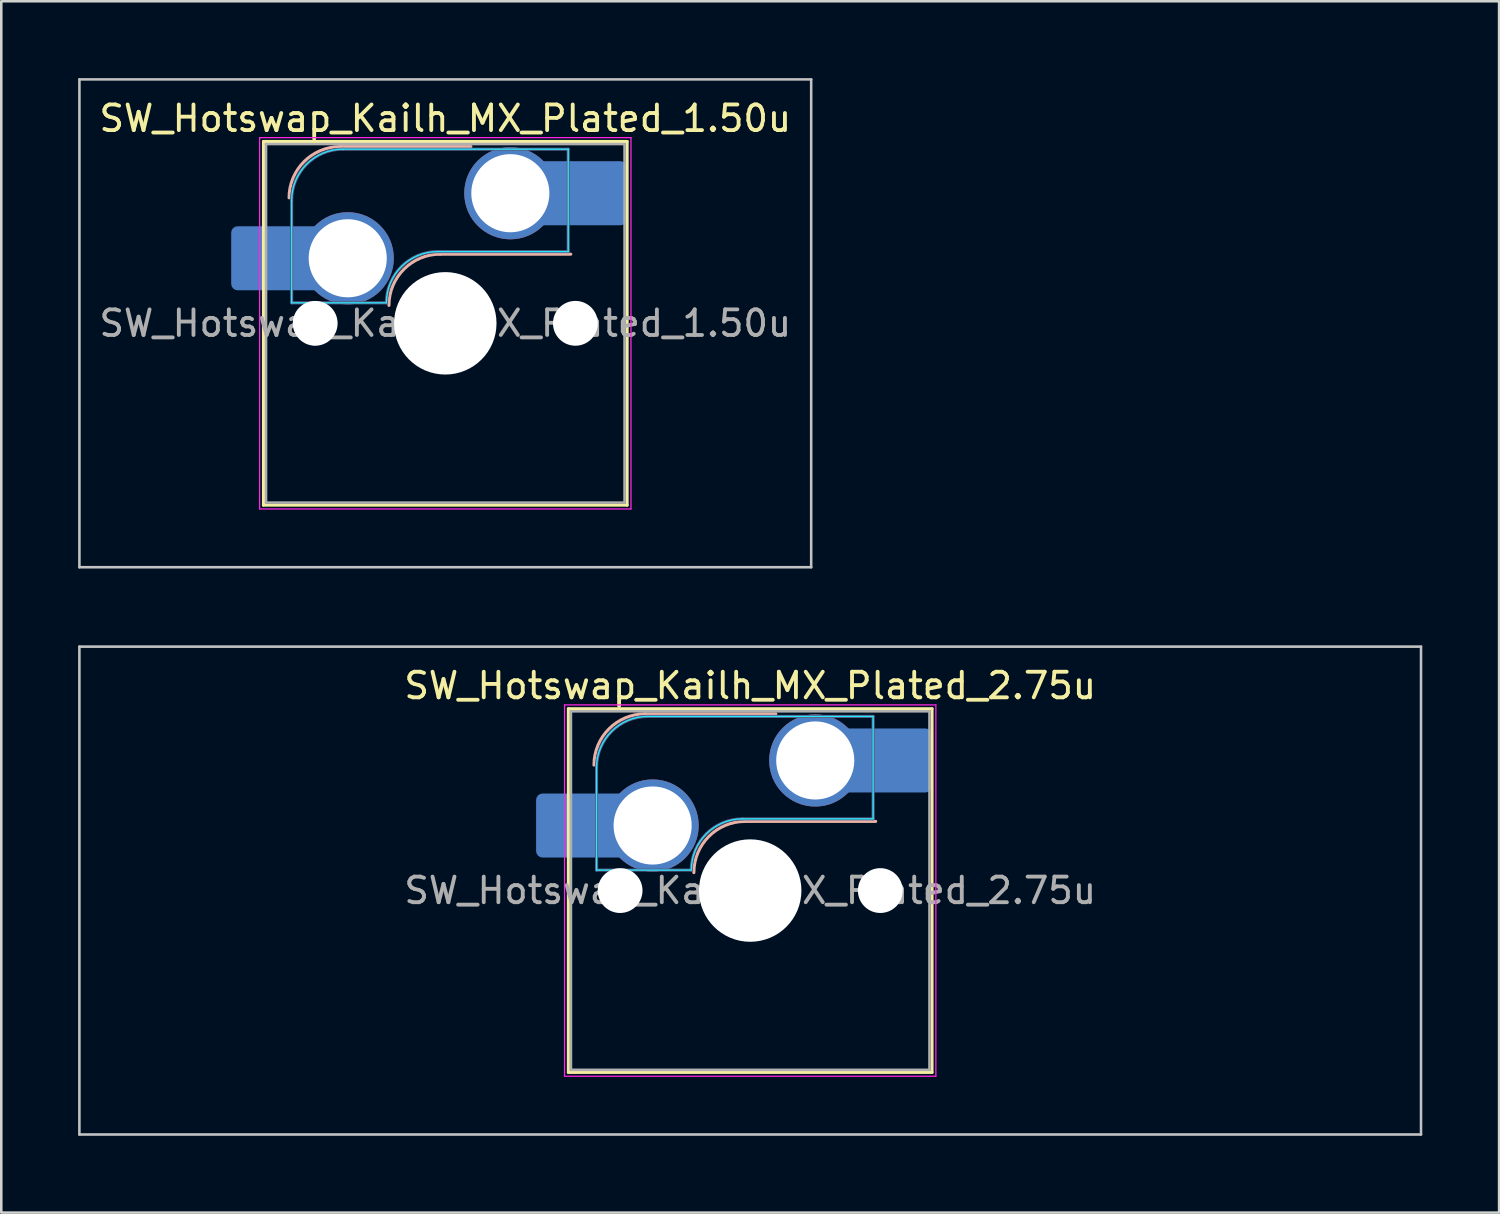
<source format=kicad_pcb>
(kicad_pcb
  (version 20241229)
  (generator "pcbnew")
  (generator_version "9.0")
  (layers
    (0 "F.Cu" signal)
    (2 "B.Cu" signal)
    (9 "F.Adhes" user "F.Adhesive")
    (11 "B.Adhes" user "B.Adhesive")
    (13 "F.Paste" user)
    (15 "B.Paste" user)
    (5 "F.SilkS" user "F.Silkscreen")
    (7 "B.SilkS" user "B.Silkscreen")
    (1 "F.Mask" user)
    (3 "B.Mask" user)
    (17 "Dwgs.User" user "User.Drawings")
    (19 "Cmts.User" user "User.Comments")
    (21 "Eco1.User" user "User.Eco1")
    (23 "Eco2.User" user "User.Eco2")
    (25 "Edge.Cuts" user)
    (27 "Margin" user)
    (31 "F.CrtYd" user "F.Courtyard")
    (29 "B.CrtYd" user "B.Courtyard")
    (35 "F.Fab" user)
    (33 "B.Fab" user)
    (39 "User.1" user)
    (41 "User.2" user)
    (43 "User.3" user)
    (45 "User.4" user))
  (footprint "SW_Hotswap_Kailh_MX_Plated_2.75u"
    (layer "F.Cu")
    (at 26.244 31.725)
    (property "Reference" "SW_Hotswap_Kailh_MX_Plated_2.75u" (at 0 -8 0) (layer "F.SilkS") (effects (font (size 1 1) (thickness 0.15))))
    (attr smd)
    (fp_line (start -7.1 -7.1) (end -7.1 7.1) (stroke (width 0.12) (type solid)) (layer "F.SilkS"))
    (fp_line (start -7.1 7.1) (end 7.1 7.1) (stroke (width 0.12) (type solid)) (layer "F.SilkS"))
    (fp_line (start 7.1 -7.1) (end -7.1 -7.1) (stroke (width 0.12) (type solid)) (layer "F.SilkS"))
    (fp_line (start 7.1 7.1) (end 7.1 -7.1) (stroke (width 0.12) (type solid)) (layer "F.SilkS"))
    (fp_line (start -4.1 -6.9) (end 1 -6.9) (stroke (width 0.12) (type solid)) (layer "B.SilkS"))
    (fp_line (start -0.2 -2.7) (end 4.9 -2.7) (stroke (width 0.12) (type solid)) (layer "B.SilkS"))
    (fp_arc (start -6.1 -4.9) (mid -5.514214 -6.314214) (end -4.1 -6.9) (stroke (width 0.12) (type solid)) (layer "B.SilkS"))
    (fp_arc (start -2.2 -0.7) (mid -1.614214 -2.114214) (end -0.2 -2.7) (stroke (width 0.12) (type solid)) (layer "B.SilkS"))
    (fp_line (start -26.194 -9.525) (end -26.194 9.525) (stroke (width 0.1) (type solid)) (layer "Dwgs.User"))
    (fp_line (start -26.194 9.525) (end 26.194 9.525) (stroke (width 0.1) (type solid)) (layer "Dwgs.User"))
    (fp_line (start 26.194 -9.525) (end -26.194 -9.525) (stroke (width 0.1) (type solid)) (layer "Dwgs.User"))
    (fp_line (start 26.194 9.525) (end 26.194 -9.525) (stroke (width 0.1) (type solid)) (layer "Dwgs.User"))
    (fp_line (start -7.8 -6) (end -7 -6) (stroke (width 0.1) (type solid)) (layer "Eco1.User"))
    (fp_line (start -7.8 -2.9) (end -7.8 -6) (stroke (width 0.1) (type solid)) (layer "Eco1.User"))
    (fp_line (start -7.8 2.9) (end -7 2.9) (stroke (width 0.1) (type solid)) (layer "Eco1.User"))
    (fp_line (start -7.8 6) (end -7.8 2.9) (stroke (width 0.1) (type solid)) (layer "Eco1.User"))
    (fp_line (start -7 -7) (end 7 -7) (stroke (width 0.1) (type solid)) (layer "Eco1.User"))
    (fp_line (start -7 -6) (end -7 -7) (stroke (width 0.1) (type solid)) (layer "Eco1.User"))
    (fp_line (start -7 -2.9) (end -7.8 -2.9) (stroke (width 0.1) (type solid)) (layer "Eco1.User"))
    (fp_line (start -7 2.9) (end -7 -2.9) (stroke (width 0.1) (type solid)) (layer "Eco1.User"))
    (fp_line (start -7 6) (end -7.8 6) (stroke (width 0.1) (type solid)) (layer "Eco1.User"))
    (fp_line (start -7 7) (end -7 6) (stroke (width 0.1) (type solid)) (layer "Eco1.User"))
    (fp_line (start 7 -7) (end 7 -6) (stroke (width 0.1) (type solid)) (layer "Eco1.User"))
    (fp_line (start 7 -6) (end 7.8 -6) (stroke (width 0.1) (type solid)) (layer "Eco1.User"))
    (fp_line (start 7 -2.9) (end 7 2.9) (stroke (width 0.1) (type solid)) (layer "Eco1.User"))
    (fp_line (start 7 2.9) (end 7.8 2.9) (stroke (width 0.1) (type solid)) (layer "Eco1.User"))
    (fp_line (start 7 6) (end 7 7) (stroke (width 0.1) (type solid)) (layer "Eco1.User"))
    (fp_line (start 7 7) (end -7 7) (stroke (width 0.1) (type solid)) (layer "Eco1.User"))
    (fp_line (start 7.8 -6) (end 7.8 -2.9) (stroke (width 0.1) (type solid)) (layer "Eco1.User"))
    (fp_line (start 7.8 -2.9) (end 7 -2.9) (stroke (width 0.1) (type solid)) (layer "Eco1.User"))
    (fp_line (start 7.8 2.9) (end 7.8 6) (stroke (width 0.1) (type solid)) (layer "Eco1.User"))
    (fp_line (start 7.8 6) (end 7 6) (stroke (width 0.1) (type solid)) (layer "Eco1.User"))
    (fp_line (start -6 -0.8) (end -6 -4.8) (stroke (width 0.05) (type solid)) (layer "B.CrtYd"))
    (fp_line (start -6 -0.8) (end -2.3 -0.8) (stroke (width 0.05) (type solid)) (layer "B.CrtYd"))
    (fp_line (start -4 -6.8) (end 4.8 -6.8) (stroke (width 0.05) (type solid)) (layer "B.CrtYd"))
    (fp_line (start -0.3 -2.8) (end 4.8 -2.8) (stroke (width 0.05) (type solid)) (layer "B.CrtYd"))
    (fp_line (start 4.8 -6.8) (end 4.8 -2.8) (stroke (width 0.05) (type solid)) (layer "B.CrtYd"))
    (fp_arc (start -6 -4.8) (mid -5.414214 -6.214214) (end -4 -6.8) (stroke (width 0.05) (type solid)) (layer "B.CrtYd"))
    (fp_arc (start -2.3 -0.8) (mid -1.714214 -2.214214) (end -0.3 -2.8) (stroke (width 0.05) (type solid)) (layer "B.CrtYd"))
    (fp_line (start -7.25 -7.25) (end -7.25 7.25) (stroke (width 0.05) (type solid)) (layer "F.CrtYd"))
    (fp_line (start -7.25 7.25) (end 7.25 7.25) (stroke (width 0.05) (type solid)) (layer "F.CrtYd"))
    (fp_line (start 7.25 -7.25) (end -7.25 -7.25) (stroke (width 0.05) (type solid)) (layer "F.CrtYd"))
    (fp_line (start 7.25 7.25) (end 7.25 -7.25) (stroke (width 0.05) (type solid)) (layer "F.CrtYd"))
    (fp_line (start -6 -0.8) (end -6 -4.8) (stroke (width 0.12) (type solid)) (layer "B.Fab"))
    (fp_line (start -6 -0.8) (end -2.3 -0.8) (stroke (width 0.12) (type solid)) (layer "B.Fab"))
    (fp_line (start -4 -6.8) (end 4.8 -6.8) (stroke (width 0.12) (type solid)) (layer "B.Fab"))
    (fp_line (start -0.3 -2.8) (end 4.8 -2.8) (stroke (width 0.12) (type solid)) (layer "B.Fab"))
    (fp_line (start 4.8 -6.8) (end 4.8 -2.8) (stroke (width 0.12) (type solid)) (layer "B.Fab"))
    (fp_arc (start -6 -4.8) (mid -5.414214 -6.214214) (end -4 -6.8) (stroke (width 0.12) (type solid)) (layer "B.Fab"))
    (fp_arc (start -2.3 -0.8) (mid -1.714214 -2.214214) (end -0.3 -2.8) (stroke (width 0.12) (type solid)) (layer "B.Fab"))
    (fp_line (start -7 -7) (end -7 7) (stroke (width 0.1) (type solid)) (layer "F.Fab"))
    (fp_line (start -7 7) (end 7 7) (stroke (width 0.1) (type solid)) (layer "F.Fab"))
    (fp_line (start 7 -7) (end -7 -7) (stroke (width 0.1) (type solid)) (layer "F.Fab"))
    (fp_line (start 7 7) (end 7 -7) (stroke (width 0.1) (type solid)) (layer "F.Fab"))
    (fp_text user "${REFERENCE}" (at 0 0 0) (layer "F.Fab") (effects (font (size 1 1) (thickness 0.15))))
    (pad "" smd roundrect (at -7.085 -2.54) (size 2.55 2.5) (layers "B.Mask" "B.Paste") (roundrect_rratio 0.1))
    (pad "" np_thru_hole circle (at -5.08 0) (size 1.75 1.75) (drill 1.75) (layers "*.Cu" "*.Mask"))
    (pad "" np_thru_hole circle (at 0 0) (size 4 4) (drill 4) (layers "*.Cu" "*.Mask"))
    (pad "" np_thru_hole circle (at 5.08 0) (size 1.75 1.75) (drill 1.75) (layers "*.Cu" "*.Mask"))
    (pad "" smd roundrect (at 5.842 -5.08) (size 2.55 2.5) (layers "B.Mask" "B.Paste") (roundrect_rratio 0.1))
    (pad "1" smd roundrect (at -6.585 -2.54) (size 3.55 2.5) (layers "B.Cu") (roundrect_rratio 0.1))
    (pad "1" thru_hole circle (at -3.81 -2.54) (size 3.6 3.6) (drill 3.05) (layers "*.Cu" "*.Mask"))
    (pad "2" thru_hole circle (at 2.54 -5.08) (size 3.6 3.6) (drill 3.05) (layers "*.Cu" "*.Mask"))
    (pad "2" smd roundrect (at 5.32 -5.08) (size 3.55 2.5) (layers "B.Cu") (roundrect_rratio 0.1)))
  (footprint "SW_Hotswap_Kailh_MX_Plated_1.50u"
    (layer "F.Cu")
    (at 14.338 9.575)
    (property "Reference" "SW_Hotswap_Kailh_MX_Plated_1.50u" (at 0 -8 0) (layer "F.SilkS") (effects (font (size 1 1) (thickness 0.15))))
    (attr smd)
    (fp_line (start -7.1 -7.1) (end -7.1 7.1) (stroke (width 0.12) (type solid)) (layer "F.SilkS"))
    (fp_line (start -7.1 7.1) (end 7.1 7.1) (stroke (width 0.12) (type solid)) (layer "F.SilkS"))
    (fp_line (start 7.1 -7.1) (end -7.1 -7.1) (stroke (width 0.12) (type solid)) (layer "F.SilkS"))
    (fp_line (start 7.1 7.1) (end 7.1 -7.1) (stroke (width 0.12) (type solid)) (layer "F.SilkS"))
    (fp_line (start -4.1 -6.9) (end 1 -6.9) (stroke (width 0.12) (type solid)) (layer "B.SilkS"))
    (fp_line (start -0.2 -2.7) (end 4.9 -2.7) (stroke (width 0.12) (type solid)) (layer "B.SilkS"))
    (fp_arc (start -6.1 -4.9) (mid -5.514214 -6.314214) (end -4.1 -6.9) (stroke (width 0.12) (type solid)) (layer "B.SilkS"))
    (fp_arc (start -2.2 -0.7) (mid -1.614214 -2.114214) (end -0.2 -2.7) (stroke (width 0.12) (type solid)) (layer "B.SilkS"))
    (fp_line (start -14.287 -9.525) (end -14.287 9.525) (stroke (width 0.1) (type solid)) (layer "Dwgs.User"))
    (fp_line (start -14.287 9.525) (end 14.287 9.525) (stroke (width 0.1) (type solid)) (layer "Dwgs.User"))
    (fp_line (start 14.287 -9.525) (end -14.287 -9.525) (stroke (width 0.1) (type solid)) (layer "Dwgs.User"))
    (fp_line (start 14.287 9.525) (end 14.287 -9.525) (stroke (width 0.1) (type solid)) (layer "Dwgs.User"))
    (fp_line (start -7.8 -6) (end -7 -6) (stroke (width 0.1) (type solid)) (layer "Eco1.User"))
    (fp_line (start -7.8 -2.9) (end -7.8 -6) (stroke (width 0.1) (type solid)) (layer "Eco1.User"))
    (fp_line (start -7.8 2.9) (end -7 2.9) (stroke (width 0.1) (type solid)) (layer "Eco1.User"))
    (fp_line (start -7.8 6) (end -7.8 2.9) (stroke (width 0.1) (type solid)) (layer "Eco1.User"))
    (fp_line (start -7 -7) (end 7 -7) (stroke (width 0.1) (type solid)) (layer "Eco1.User"))
    (fp_line (start -7 -6) (end -7 -7) (stroke (width 0.1) (type solid)) (layer "Eco1.User"))
    (fp_line (start -7 -2.9) (end -7.8 -2.9) (stroke (width 0.1) (type solid)) (layer "Eco1.User"))
    (fp_line (start -7 2.9) (end -7 -2.9) (stroke (width 0.1) (type solid)) (layer "Eco1.User"))
    (fp_line (start -7 6) (end -7.8 6) (stroke (width 0.1) (type solid)) (layer "Eco1.User"))
    (fp_line (start -7 7) (end -7 6) (stroke (width 0.1) (type solid)) (layer "Eco1.User"))
    (fp_line (start 7 -7) (end 7 -6) (stroke (width 0.1) (type solid)) (layer "Eco1.User"))
    (fp_line (start 7 -6) (end 7.8 -6) (stroke (width 0.1) (type solid)) (layer "Eco1.User"))
    (fp_line (start 7 -2.9) (end 7 2.9) (stroke (width 0.1) (type solid)) (layer "Eco1.User"))
    (fp_line (start 7 2.9) (end 7.8 2.9) (stroke (width 0.1) (type solid)) (layer "Eco1.User"))
    (fp_line (start 7 6) (end 7 7) (stroke (width 0.1) (type solid)) (layer "Eco1.User"))
    (fp_line (start 7 7) (end -7 7) (stroke (width 0.1) (type solid)) (layer "Eco1.User"))
    (fp_line (start 7.8 -6) (end 7.8 -2.9) (stroke (width 0.1) (type solid)) (layer "Eco1.User"))
    (fp_line (start 7.8 -2.9) (end 7 -2.9) (stroke (width 0.1) (type solid)) (layer "Eco1.User"))
    (fp_line (start 7.8 2.9) (end 7.8 6) (stroke (width 0.1) (type solid)) (layer "Eco1.User"))
    (fp_line (start 7.8 6) (end 7 6) (stroke (width 0.1) (type solid)) (layer "Eco1.User"))
    (fp_line (start -6 -0.8) (end -6 -4.8) (stroke (width 0.05) (type solid)) (layer "B.CrtYd"))
    (fp_line (start -6 -0.8) (end -2.3 -0.8) (stroke (width 0.05) (type solid)) (layer "B.CrtYd"))
    (fp_line (start -4 -6.8) (end 4.8 -6.8) (stroke (width 0.05) (type solid)) (layer "B.CrtYd"))
    (fp_line (start -0.3 -2.8) (end 4.8 -2.8) (stroke (width 0.05) (type solid)) (layer "B.CrtYd"))
    (fp_line (start 4.8 -6.8) (end 4.8 -2.8) (stroke (width 0.05) (type solid)) (layer "B.CrtYd"))
    (fp_arc (start -6 -4.8) (mid -5.414214 -6.214214) (end -4 -6.8) (stroke (width 0.05) (type solid)) (layer "B.CrtYd"))
    (fp_arc (start -2.3 -0.8) (mid -1.714214 -2.214214) (end -0.3 -2.8) (stroke (width 0.05) (type solid)) (layer "B.CrtYd"))
    (fp_line (start -7.25 -7.25) (end -7.25 7.25) (stroke (width 0.05) (type solid)) (layer "F.CrtYd"))
    (fp_line (start -7.25 7.25) (end 7.25 7.25) (stroke (width 0.05) (type solid)) (layer "F.CrtYd"))
    (fp_line (start 7.25 -7.25) (end -7.25 -7.25) (stroke (width 0.05) (type solid)) (layer "F.CrtYd"))
    (fp_line (start 7.25 7.25) (end 7.25 -7.25) (stroke (width 0.05) (type solid)) (layer "F.CrtYd"))
    (fp_line (start -6 -0.8) (end -6 -4.8) (stroke (width 0.12) (type solid)) (layer "B.Fab"))
    (fp_line (start -6 -0.8) (end -2.3 -0.8) (stroke (width 0.12) (type solid)) (layer "B.Fab"))
    (fp_line (start -4 -6.8) (end 4.8 -6.8) (stroke (width 0.12) (type solid)) (layer "B.Fab"))
    (fp_line (start -0.3 -2.8) (end 4.8 -2.8) (stroke (width 0.12) (type solid)) (layer "B.Fab"))
    (fp_line (start 4.8 -6.8) (end 4.8 -2.8) (stroke (width 0.12) (type solid)) (layer "B.Fab"))
    (fp_arc (start -6 -4.8) (mid -5.414214 -6.214214) (end -4 -6.8) (stroke (width 0.12) (type solid)) (layer "B.Fab"))
    (fp_arc (start -2.3 -0.8) (mid -1.714214 -2.214214) (end -0.3 -2.8) (stroke (width 0.12) (type solid)) (layer "B.Fab"))
    (fp_line (start -7 -7) (end -7 7) (stroke (width 0.1) (type solid)) (layer "F.Fab"))
    (fp_line (start -7 7) (end 7 7) (stroke (width 0.1) (type solid)) (layer "F.Fab"))
    (fp_line (start 7 -7) (end -7 -7) (stroke (width 0.1) (type solid)) (layer "F.Fab"))
    (fp_line (start 7 7) (end 7 -7) (stroke (width 0.1) (type solid)) (layer "F.Fab"))
    (fp_text user "${REFERENCE}" (at 0 0 0) (layer "F.Fab") (effects (font (size 1 1) (thickness 0.15))))
    (pad "" smd roundrect (at -7.085 -2.54) (size 2.55 2.5) (layers "B.Mask" "B.Paste") (roundrect_rratio 0.1))
    (pad "" np_thru_hole circle (at -5.08 0) (size 1.75 1.75) (drill 1.75) (layers "*.Cu" "*.Mask"))
    (pad "" np_thru_hole circle (at 0 0) (size 4 4) (drill 4) (layers "*.Cu" "*.Mask"))
    (pad "" np_thru_hole circle (at 5.08 0) (size 1.75 1.75) (drill 1.75) (layers "*.Cu" "*.Mask"))
    (pad "" smd roundrect (at 5.842 -5.08) (size 2.55 2.5) (layers "B.Mask" "B.Paste") (roundrect_rratio 0.1))
    (pad "1" smd roundrect (at -6.585 -2.54) (size 3.55 2.5) (layers "B.Cu") (roundrect_rratio 0.1))
    (pad "1" thru_hole circle (at -3.81 -2.54) (size 3.6 3.6) (drill 3.05) (layers "*.Cu" "*.Mask"))
    (pad "2" thru_hole circle (at 2.54 -5.08) (size 3.6 3.6) (drill 3.05) (layers "*.Cu" "*.Mask"))
    (pad "2" smd roundrect (at 5.32 -5.08) (size 3.55 2.5) (layers "B.Cu") (roundrect_rratio 0.1)))
  (gr_rect
    (start -3 -3)
    (end 55.487 44.3)
    (stroke (width 0.1) (type default))
    (fill no)
    (layer "Edge.Cuts")))
</source>
